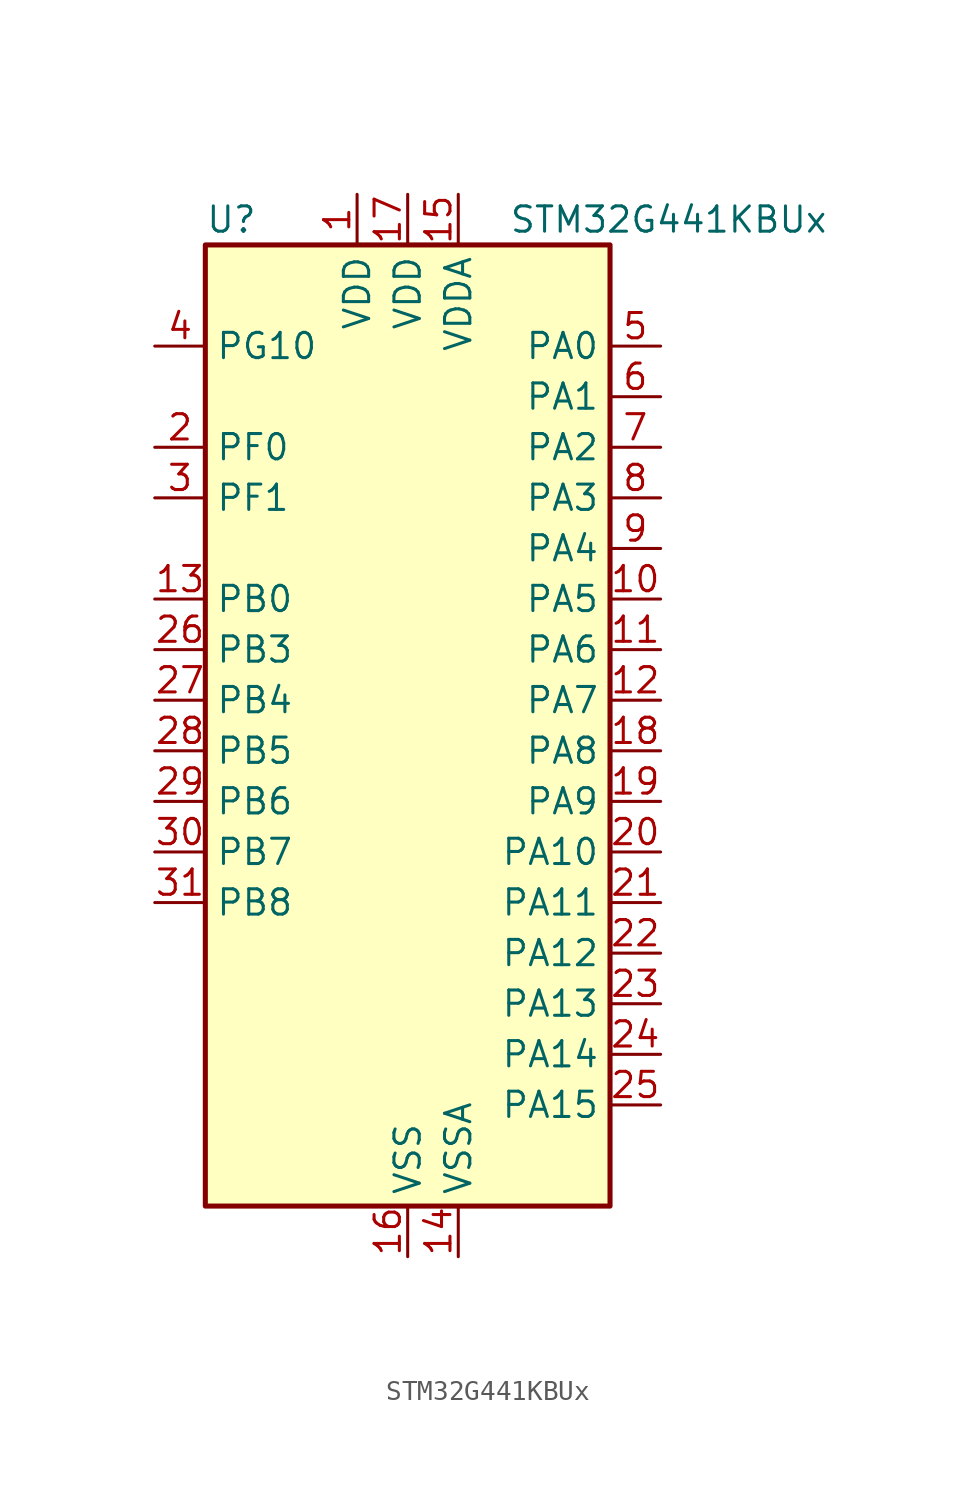
<source format=kicad_sym>
(kicad_symbol_lib
  (version 20241209)
  (generator "kicad_symbol_editor")
  (generator_version "9.0")
  (symbol "STM32G441KBUx"
    (property "Reference" "U"
      (at -10.16 26.67 0)
      (effects (font (size 1.27 1.27)) (justify left)))
    (property "Value" "STM32G441KBUx"
      (at 5.08 26.67 0)
      (effects (font (size 1.27 1.27)) (justify left)))
    (symbol "STM32G441KBUx_0_1"
      (rectangle (start -10.16 -22.86) (end 10.16 25.4) (stroke (width 0.254) (type default)) (fill (type background))))
    (symbol "STM32G441KBUx_1_1"
      (pin bidirectional line (at -12.7 20.32 0) (length 2.54) (name "PG10" (effects (font (size 1.27 1.27)))) (number "4" (effects (font (size 1.27 1.27)))) (alternate "DAC1_EXTI10" bidirectional line) (alternate "DAC3_EXTI10" bidirectional line) (alternate "RCC_MCO" bidirectional line))
      (pin bidirectional line (at -12.7 15.24 0) (length 2.54) (name "PF0" (effects (font (size 1.27 1.27)))) (number "2" (effects (font (size 1.27 1.27)))) (alternate "ADC1_IN10" bidirectional line) (alternate "I2C2_SDA" bidirectional line) (alternate "I2S2_WS" bidirectional line) (alternate "RCC_OSC_IN" bidirectional line) (alternate "SPI2_NSS" bidirectional line) (alternate "TIM1_CH3N" bidirectional line))
      (pin bidirectional line (at -12.7 12.7 0) (length 2.54) (name "PF1" (effects (font (size 1.27 1.27)))) (number "3" (effects (font (size 1.27 1.27)))) (alternate "ADC2_IN10" bidirectional line) (alternate "COMP3_INM" bidirectional line) (alternate "I2S2_CK" bidirectional line) (alternate "RCC_OSC_OUT" bidirectional line) (alternate "SPI2_SCK" bidirectional line))
      (pin bidirectional line (at -12.7 7.62 0) (length 2.54) (name "PB0" (effects (font (size 1.27 1.27)))) (number "13" (effects (font (size 1.27 1.27)))) (alternate "ADC1_IN15" bidirectional line) (alternate "COMP4_INP" bidirectional line) (alternate "OPAMP2_VINP" bidirectional line) (alternate "OPAMP2_VINP_SEC" bidirectional line) (alternate "OPAMP3_VINP" bidirectional line) (alternate "OPAMP3_VINP_SEC" bidirectional line) (alternate "TIM1_CH2N" bidirectional line) (alternate "TIM3_CH3" bidirectional line) (alternate "TIM8_CH2N" bidirectional line) (alternate "UCPD1_FRSTX1" bidirectional line) (alternate "UCPD1_FRSTX2" bidirectional line))
      (pin bidirectional line (at -12.7 5.08 0) (length 2.54) (name "PB3" (effects (font (size 1.27 1.27)))) (number "26" (effects (font (size 1.27 1.27)))) (alternate "CRS_SYNC" bidirectional line) (alternate "I2S3_CK" bidirectional line) (alternate "SAI1_SCK_B" bidirectional line) (alternate "SPI1_SCK" bidirectional line) (alternate "SPI3_SCK" bidirectional line) (alternate "SYS_JTDO-SWO" bidirectional line) (alternate "TIM2_CH2" bidirectional line) (alternate "TIM3_ETR" bidirectional line) (alternate "TIM4_ETR" bidirectional line) (alternate "TIM8_CH1N" bidirectional line) (alternate "USART2_TX" bidirectional line))
      (pin bidirectional line (at -12.7 2.54 0) (length 2.54) (name "PB4" (effects (font (size 1.27 1.27)))) (number "27" (effects (font (size 1.27 1.27)))) (alternate "SAI1_MCLK_B" bidirectional line) (alternate "SPI1_MISO" bidirectional line) (alternate "SPI3_MISO" bidirectional line) (alternate "SYS_JTRST" bidirectional line) (alternate "TIM16_CH1" bidirectional line) (alternate "TIM17_BKIN" bidirectional line) (alternate "TIM3_CH1" bidirectional line) (alternate "TIM8_CH2N" bidirectional line) (alternate "UCPD1_CC2" bidirectional line) (alternate "USART2_RX" bidirectional line))
      (pin bidirectional line (at -12.7 0 0) (length 2.54) (name "PB5" (effects (font (size 1.27 1.27)))) (number "28" (effects (font (size 1.27 1.27)))) (alternate "I2C1_SMBA" bidirectional line) (alternate "I2C3_SDA" bidirectional line) (alternate "I2S3_SD" bidirectional line) (alternate "LPTIM1_IN1" bidirectional line) (alternate "SAI1_SD_B" bidirectional line) (alternate "SPI1_MOSI" bidirectional line) (alternate "SPI3_MOSI" bidirectional line) (alternate "TIM16_BKIN" bidirectional line) (alternate "TIM17_CH1" bidirectional line) (alternate "TIM3_CH2" bidirectional line) (alternate "TIM8_CH3N" bidirectional line) (alternate "USART2_CK" bidirectional line))
      (pin bidirectional line (at -12.7 -2.54 0) (length 2.54) (name "PB6" (effects (font (size 1.27 1.27)))) (number "29" (effects (font (size 1.27 1.27)))) (alternate "COMP4_OUT" bidirectional line) (alternate "LPTIM1_ETR" bidirectional line) (alternate "SAI1_FS_B" bidirectional line) (alternate "TIM16_CH1N" bidirectional line) (alternate "TIM4_CH1" bidirectional line) (alternate "TIM8_BKIN2" bidirectional line) (alternate "TIM8_CH1" bidirectional line) (alternate "TIM8_ETR" bidirectional line) (alternate "UCPD1_CC1" bidirectional line) (alternate "USART1_TX" bidirectional line))
      (pin bidirectional line (at -12.7 -5.08 0) (length 2.54) (name "PB7" (effects (font (size 1.27 1.27)))) (number "30" (effects (font (size 1.27 1.27)))) (alternate "COMP3_OUT" bidirectional line) (alternate "I2C1_SDA" bidirectional line) (alternate "LPTIM1_IN2" bidirectional line) (alternate "SYS_PVD_IN" bidirectional line) (alternate "TIM17_CH1N" bidirectional line) (alternate "TIM3_CH4" bidirectional line) (alternate "TIM4_CH2" bidirectional line) (alternate "TIM8_BKIN" bidirectional line) (alternate "USART1_RX" bidirectional line))
      (pin bidirectional line (at -12.7 -7.62 0) (length 2.54) (name "PB8" (effects (font (size 1.27 1.27)))) (number "31" (effects (font (size 1.27 1.27)))) (alternate "COMP1_OUT" bidirectional line) (alternate "FDCAN1_RX" bidirectional line) (alternate "I2C1_SCL" bidirectional line) (alternate "SAI1_CK1" bidirectional line) (alternate "SAI1_MCLK_A" bidirectional line) (alternate "TIM16_CH1" bidirectional line) (alternate "TIM1_BKIN" bidirectional line) (alternate "TIM4_CH3" bidirectional line) (alternate "TIM8_CH2" bidirectional line))
      (pin power_in line (at -2.54 27.94 270) (length 2.54) (name "VDD" (effects (font (size 1.27 1.27)))) (number "1" (effects (font (size 1.27 1.27)))))
      (pin power_in line (at 0 27.94 270) (length 2.54) (name "VDD" (effects (font (size 1.27 1.27)))) (number "17" (effects (font (size 1.27 1.27)))))
      (pin power_in line (at 0 -25.4 90) (length 2.54) (name "VSS" (effects (font (size 1.27 1.27)))) (number "16" (effects (font (size 1.27 1.27)))))
      (pin passive line (at 0 -25.4 90) (length 2.54) (hide yes) (name "VSS" (effects (font (size 1.27 1.27)))) (number "32" (effects (font (size 1.27 1.27)))))
      (pin passive line (at 0 -25.4 90) (length 2.54) (hide yes) (name "VSS" (effects (font (size 1.27 1.27)))) (number "33" (effects (font (size 1.27 1.27)))))
      (pin power_in line (at 2.54 27.94 270) (length 2.54) (name "VDDA" (effects (font (size 1.27 1.27)))) (number "15" (effects (font (size 1.27 1.27)))))
      (pin power_in line (at 2.54 -25.4 90) (length 2.54) (name "VSSA" (effects (font (size 1.27 1.27)))) (number "14" (effects (font (size 1.27 1.27)))))
      (pin bidirectional line (at 12.7 20.32 180) (length 2.54) (name "PA0" (effects (font (size 1.27 1.27)))) (number "5" (effects (font (size 1.27 1.27)))) (alternate "ADC1_IN1" bidirectional line) (alternate "ADC2_IN1" bidirectional line) (alternate "COMP1_INM" bidirectional line) (alternate "COMP1_OUT" bidirectional line) (alternate "COMP3_INP" bidirectional line) (alternate "RTC_TAMP2" bidirectional line) (alternate "SYS_WKUP1" bidirectional line) (alternate "TIM2_CH1" bidirectional line) (alternate "TIM2_ETR" bidirectional line) (alternate "TIM8_BKIN" bidirectional line) (alternate "TIM8_ETR" bidirectional line) (alternate "USART2_CTS" bidirectional line) (alternate "USART2_NSS" bidirectional line))
      (pin bidirectional line (at 12.7 17.78 180) (length 2.54) (name "PA1" (effects (font (size 1.27 1.27)))) (number "6" (effects (font (size 1.27 1.27)))) (alternate "ADC1_IN2" bidirectional line) (alternate "ADC2_IN2" bidirectional line) (alternate "COMP1_INP" bidirectional line) (alternate "OPAMP1_VINP" bidirectional line) (alternate "OPAMP1_VINP_SEC" bidirectional line) (alternate "OPAMP3_VINP" bidirectional line) (alternate "OPAMP3_VINP_SEC" bidirectional line) (alternate "RTC_REFIN" bidirectional line) (alternate "TIM15_CH1N" bidirectional line) (alternate "TIM2_CH2" bidirectional line) (alternate "USART2_DE" bidirectional line) (alternate "USART2_RTS" bidirectional line))
      (pin bidirectional line (at 12.7 15.24 180) (length 2.54) (name "PA2" (effects (font (size 1.27 1.27)))) (number "7" (effects (font (size 1.27 1.27)))) (alternate "ADC1_IN3" bidirectional line) (alternate "COMP2_INM" bidirectional line) (alternate "COMP2_OUT" bidirectional line) (alternate "LPUART1_TX" bidirectional line) (alternate "OPAMP1_VOUT" bidirectional line) (alternate "RCC_LSCO" bidirectional line) (alternate "SYS_WKUP4" bidirectional line) (alternate "TIM15_CH1" bidirectional line) (alternate "TIM2_CH3" bidirectional line) (alternate "UCPD1_FRSTX1" bidirectional line) (alternate "UCPD1_FRSTX2" bidirectional line) (alternate "USART2_TX" bidirectional line))
      (pin bidirectional line (at 12.7 12.7 180) (length 2.54) (name "PA3" (effects (font (size 1.27 1.27)))) (number "8" (effects (font (size 1.27 1.27)))) (alternate "ADC1_IN4" bidirectional line) (alternate "COMP2_INP" bidirectional line) (alternate "LPUART1_RX" bidirectional line) (alternate "OPAMP1_VINM" bidirectional line) (alternate "OPAMP1_VINM0" bidirectional line) (alternate "OPAMP1_VINM_SEC" bidirectional line) (alternate "OPAMP1_VINP" bidirectional line) (alternate "OPAMP1_VINP_SEC" bidirectional line) (alternate "SAI1_CK1" bidirectional line) (alternate "SAI1_MCLK_A" bidirectional line) (alternate "TIM15_CH2" bidirectional line) (alternate "TIM2_CH4" bidirectional line) (alternate "USART2_RX" bidirectional line))
      (pin bidirectional line (at 12.7 10.16 180) (length 2.54) (name "PA4" (effects (font (size 1.27 1.27)))) (number "9" (effects (font (size 1.27 1.27)))) (alternate "ADC2_IN17" bidirectional line) (alternate "COMP1_INM" bidirectional line) (alternate "DAC1_OUT1" bidirectional line) (alternate "I2S3_WS" bidirectional line) (alternate "SAI1_FS_B" bidirectional line) (alternate "SPI1_NSS" bidirectional line) (alternate "SPI3_NSS" bidirectional line) (alternate "TIM3_CH2" bidirectional line) (alternate "USART2_CK" bidirectional line))
      (pin bidirectional line (at 12.7 7.62 180) (length 2.54) (name "PA5" (effects (font (size 1.27 1.27)))) (number "10" (effects (font (size 1.27 1.27)))) (alternate "ADC2_IN13" bidirectional line) (alternate "COMP2_INM" bidirectional line) (alternate "DAC1_OUT2" bidirectional line) (alternate "OPAMP2_VINM" bidirectional line) (alternate "OPAMP2_VINM0" bidirectional line) (alternate "OPAMP2_VINM_SEC" bidirectional line) (alternate "SPI1_SCK" bidirectional line) (alternate "TIM2_CH1" bidirectional line) (alternate "TIM2_ETR" bidirectional line) (alternate "UCPD1_FRSTX1" bidirectional line) (alternate "UCPD1_FRSTX2" bidirectional line))
      (pin bidirectional line (at 12.7 5.08 180) (length 2.54) (name "PA6" (effects (font (size 1.27 1.27)))) (number "11" (effects (font (size 1.27 1.27)))) (alternate "ADC2_IN3" bidirectional line) (alternate "COMP1_OUT" bidirectional line) (alternate "LPUART1_CTS" bidirectional line) (alternate "OPAMP2_VOUT" bidirectional line) (alternate "SPI1_MISO" bidirectional line) (alternate "TIM16_CH1" bidirectional line) (alternate "TIM1_BKIN" bidirectional line) (alternate "TIM3_CH1" bidirectional line) (alternate "TIM8_BKIN" bidirectional line))
      (pin bidirectional line (at 12.7 2.54 180) (length 2.54) (name "PA7" (effects (font (size 1.27 1.27)))) (number "12" (effects (font (size 1.27 1.27)))) (alternate "ADC2_IN4" bidirectional line) (alternate "COMP2_INP" bidirectional line) (alternate "COMP2_OUT" bidirectional line) (alternate "OPAMP1_VINP" bidirectional line) (alternate "OPAMP1_VINP_SEC" bidirectional line) (alternate "OPAMP2_VINP" bidirectional line) (alternate "OPAMP2_VINP_SEC" bidirectional line) (alternate "SPI1_MOSI" bidirectional line) (alternate "TIM17_CH1" bidirectional line) (alternate "TIM1_CH1N" bidirectional line) (alternate "TIM3_CH2" bidirectional line) (alternate "TIM8_CH1N" bidirectional line) (alternate "UCPD1_FRSTX1" bidirectional line) (alternate "UCPD1_FRSTX2" bidirectional line))
      (pin bidirectional line (at 12.7 0 180) (length 2.54) (name "PA8" (effects (font (size 1.27 1.27)))) (number "18" (effects (font (size 1.27 1.27)))) (alternate "I2C2_SDA" bidirectional line) (alternate "I2C3_SCL" bidirectional line) (alternate "I2S2_MCK" bidirectional line) (alternate "RCC_MCO" bidirectional line) (alternate "SAI1_CK2" bidirectional line) (alternate "SAI1_SCK_A" bidirectional line) (alternate "TIM1_CH1" bidirectional line) (alternate "TIM4_ETR" bidirectional line) (alternate "USART1_CK" bidirectional line))
      (pin bidirectional line (at 12.7 -2.54 180) (length 2.54) (name "PA9" (effects (font (size 1.27 1.27)))) (number "19" (effects (font (size 1.27 1.27)))) (alternate "DAC1_EXTI9" bidirectional line) (alternate "DAC3_EXTI9" bidirectional line) (alternate "I2C2_SCL" bidirectional line) (alternate "I2C3_SMBA" bidirectional line) (alternate "I2S3_MCK" bidirectional line) (alternate "SAI1_FS_A" bidirectional line) (alternate "TIM15_BKIN" bidirectional line) (alternate "TIM1_CH2" bidirectional line) (alternate "TIM2_CH3" bidirectional line) (alternate "UCPD1_DBCC1" bidirectional line) (alternate "USART1_TX" bidirectional line))
      (pin bidirectional line (at 12.7 -5.08 180) (length 2.54) (name "PA10" (effects (font (size 1.27 1.27)))) (number "20" (effects (font (size 1.27 1.27)))) (alternate "CRS_SYNC" bidirectional line) (alternate "DAC1_EXTI10" bidirectional line) (alternate "DAC3_EXTI10" bidirectional line) (alternate "I2C2_SMBA" bidirectional line) (alternate "SAI1_D1" bidirectional line) (alternate "SAI1_SD_A" bidirectional line) (alternate "SPI2_MISO" bidirectional line) (alternate "TIM17_BKIN" bidirectional line) (alternate "TIM1_CH3" bidirectional line) (alternate "TIM2_CH4" bidirectional line) (alternate "TIM8_BKIN" bidirectional line) (alternate "UCPD1_DBCC2" bidirectional line) (alternate "USART1_RX" bidirectional line))
      (pin bidirectional line (at 12.7 -7.62 180) (length 2.54) (name "PA11" (effects (font (size 1.27 1.27)))) (number "21" (effects (font (size 1.27 1.27)))) (alternate "ADC1_EXTI11" bidirectional line) (alternate "ADC2_EXTI11" bidirectional line) (alternate "COMP1_OUT" bidirectional line) (alternate "FDCAN1_RX" bidirectional line) (alternate "I2S2_SD" bidirectional line) (alternate "SPI2_MOSI" bidirectional line) (alternate "TIM1_BKIN2" bidirectional line) (alternate "TIM1_CH1N" bidirectional line) (alternate "TIM1_CH4" bidirectional line) (alternate "TIM4_CH1" bidirectional line) (alternate "USART1_CTS" bidirectional line) (alternate "USART1_NSS" bidirectional line) (alternate "USB_DM" bidirectional line))
      (pin bidirectional line (at 12.7 -10.16 180) (length 2.54) (name "PA12" (effects (font (size 1.27 1.27)))) (number "22" (effects (font (size 1.27 1.27)))) (alternate "COMP2_OUT" bidirectional line) (alternate "FDCAN1_TX" bidirectional line) (alternate "I2S_CKIN" bidirectional line) (alternate "TIM16_CH1" bidirectional line) (alternate "TIM1_CH2N" bidirectional line) (alternate "TIM1_ETR" bidirectional line) (alternate "TIM4_CH2" bidirectional line) (alternate "USART1_DE" bidirectional line) (alternate "USART1_RTS" bidirectional line) (alternate "USB_DP" bidirectional line))
      (pin bidirectional line (at 12.7 -12.7 180) (length 2.54) (name "PA13" (effects (font (size 1.27 1.27)))) (number "23" (effects (font (size 1.27 1.27)))) (alternate "I2C1_SCL" bidirectional line) (alternate "IR_OUT" bidirectional line) (alternate "SAI1_SD_B" bidirectional line) (alternate "SYS_JTMS-SWDIO" bidirectional line) (alternate "TIM16_CH1N" bidirectional line) (alternate "TIM4_CH3" bidirectional line))
      (pin bidirectional line (at 12.7 -15.24 180) (length 2.54) (name "PA14" (effects (font (size 1.27 1.27)))) (number "24" (effects (font (size 1.27 1.27)))) (alternate "I2C1_SDA" bidirectional line) (alternate "LPTIM1_OUT" bidirectional line) (alternate "SAI1_FS_B" bidirectional line) (alternate "SYS_JTCK-SWCLK" bidirectional line) (alternate "TIM1_BKIN" bidirectional line) (alternate "TIM8_CH2" bidirectional line) (alternate "USART2_TX" bidirectional line))
      (pin bidirectional line (at 12.7 -17.78 180) (length 2.54) (name "PA15" (effects (font (size 1.27 1.27)))) (number "25" (effects (font (size 1.27 1.27)))) (alternate "ADC1_EXTI15" bidirectional line) (alternate "ADC2_EXTI15" bidirectional line) (alternate "I2C1_SCL" bidirectional line) (alternate "I2S3_WS" bidirectional line) (alternate "SPI1_NSS" bidirectional line) (alternate "SPI3_NSS" bidirectional line) (alternate "SYS_JTDI" bidirectional line) (alternate "TIM1_BKIN" bidirectional line) (alternate "TIM2_CH1" bidirectional line) (alternate "TIM2_ETR" bidirectional line) (alternate "TIM8_CH1" bidirectional line) (alternate "USART2_RX" bidirectional line)))))
</source>
